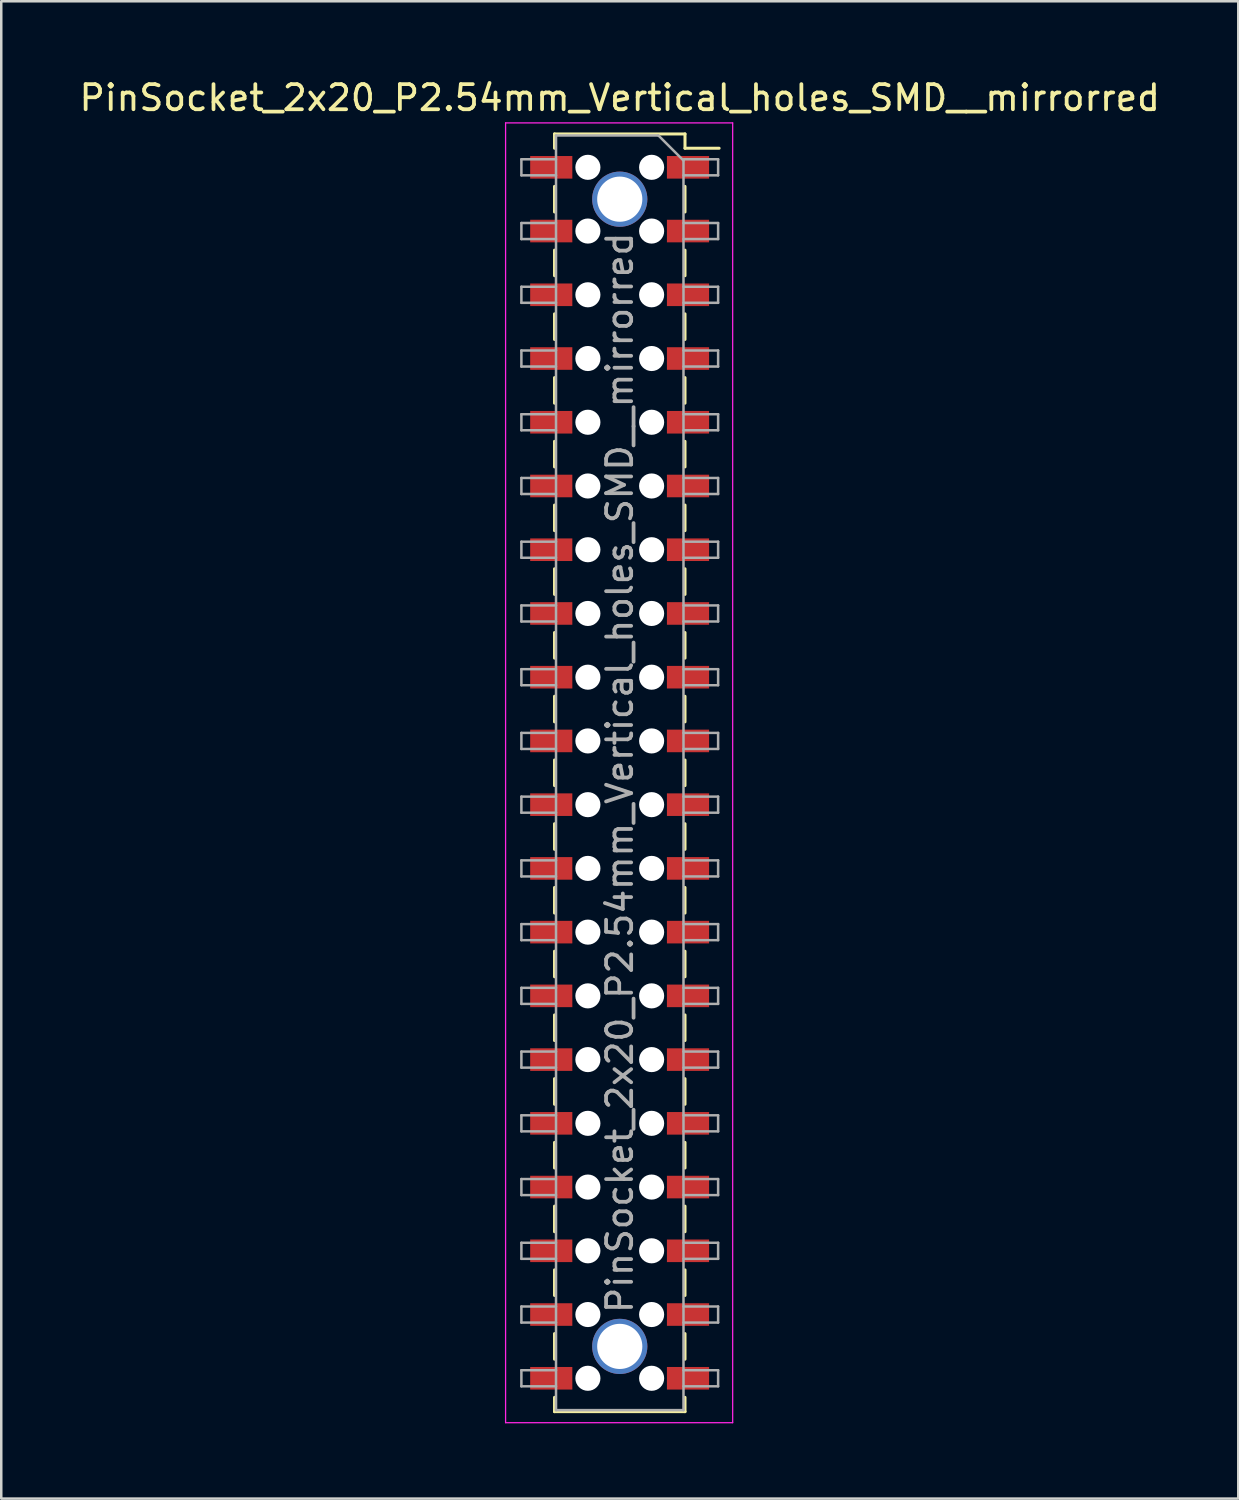
<source format=kicad_pcb>
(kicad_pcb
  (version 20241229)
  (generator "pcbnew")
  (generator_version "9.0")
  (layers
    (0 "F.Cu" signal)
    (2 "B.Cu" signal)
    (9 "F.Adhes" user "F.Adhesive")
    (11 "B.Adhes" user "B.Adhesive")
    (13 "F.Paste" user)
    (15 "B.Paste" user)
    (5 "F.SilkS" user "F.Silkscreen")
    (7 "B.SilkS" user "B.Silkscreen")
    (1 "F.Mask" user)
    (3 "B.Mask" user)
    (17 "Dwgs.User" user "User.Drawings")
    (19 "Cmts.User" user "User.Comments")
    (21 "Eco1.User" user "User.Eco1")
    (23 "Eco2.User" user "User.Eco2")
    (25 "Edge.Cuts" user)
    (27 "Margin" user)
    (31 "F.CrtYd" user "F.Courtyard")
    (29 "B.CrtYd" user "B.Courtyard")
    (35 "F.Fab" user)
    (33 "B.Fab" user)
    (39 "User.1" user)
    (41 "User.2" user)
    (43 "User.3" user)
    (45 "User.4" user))
  (footprint "PinSocket_2x20_P2.54mm_Vertical_holes_SMD__mirrorred"
    (layer "F.Cu")
    (at 21.649 27.748)
    (property "Reference" "PinSocket_2x20_P2.54mm_Vertical_holes_SMD__mirrorred" (at 0 -26.9 0) (layer "F.SilkS") (effects (font (size 1 1) (thickness 0.15))))
    (attr smd)
    (fp_line (start -2.6 -25.46) (end -2.6 -24.89) (stroke (width 0.12) (type solid)) (layer "F.SilkS"))
    (fp_line (start -2.6 -25.46) (end 2.6 -25.46) (stroke (width 0.12) (type solid)) (layer "F.SilkS"))
    (fp_line (start -2.6 -23.37) (end -2.6 -22.35) (stroke (width 0.12) (type solid)) (layer "F.SilkS"))
    (fp_line (start -2.6 -20.83) (end -2.6 -19.81) (stroke (width 0.12) (type solid)) (layer "F.SilkS"))
    (fp_line (start -2.6 -18.29) (end -2.6 -17.27) (stroke (width 0.12) (type solid)) (layer "F.SilkS"))
    (fp_line (start -2.6 -15.75) (end -2.6 -14.73) (stroke (width 0.12) (type solid)) (layer "F.SilkS"))
    (fp_line (start -2.6 -13.21) (end -2.6 -12.19) (stroke (width 0.12) (type solid)) (layer "F.SilkS"))
    (fp_line (start -2.6 -10.67) (end -2.6 -9.65) (stroke (width 0.12) (type solid)) (layer "F.SilkS"))
    (fp_line (start -2.6 -8.13) (end -2.6 -7.11) (stroke (width 0.12) (type solid)) (layer "F.SilkS"))
    (fp_line (start -2.6 -5.59) (end -2.6 -4.57) (stroke (width 0.12) (type solid)) (layer "F.SilkS"))
    (fp_line (start -2.6 -3.05) (end -2.6 -2.03) (stroke (width 0.12) (type solid)) (layer "F.SilkS"))
    (fp_line (start -2.6 -0.51) (end -2.6 0.51) (stroke (width 0.12) (type solid)) (layer "F.SilkS"))
    (fp_line (start -2.6 2.03) (end -2.6 3.05) (stroke (width 0.12) (type solid)) (layer "F.SilkS"))
    (fp_line (start -2.6 4.57) (end -2.6 5.59) (stroke (width 0.12) (type solid)) (layer "F.SilkS"))
    (fp_line (start -2.6 7.11) (end -2.6 8.13) (stroke (width 0.12) (type solid)) (layer "F.SilkS"))
    (fp_line (start -2.6 9.65) (end -2.6 10.67) (stroke (width 0.12) (type solid)) (layer "F.SilkS"))
    (fp_line (start -2.6 12.19) (end -2.6 13.21) (stroke (width 0.12) (type solid)) (layer "F.SilkS"))
    (fp_line (start -2.6 14.73) (end -2.6 15.75) (stroke (width 0.12) (type solid)) (layer "F.SilkS"))
    (fp_line (start -2.6 17.27) (end -2.6 18.29) (stroke (width 0.12) (type solid)) (layer "F.SilkS"))
    (fp_line (start -2.6 19.81) (end -2.6 20.83) (stroke (width 0.12) (type solid)) (layer "F.SilkS"))
    (fp_line (start -2.6 22.35) (end -2.6 23.37) (stroke (width 0.12) (type solid)) (layer "F.SilkS"))
    (fp_line (start -2.6 24.89) (end -2.6 25.46) (stroke (width 0.12) (type solid)) (layer "F.SilkS"))
    (fp_line (start -2.6 25.46) (end 2.6 25.46) (stroke (width 0.12) (type solid)) (layer "F.SilkS"))
    (fp_line (start 2.6 -25.46) (end 2.6 -24.89) (stroke (width 0.12) (type solid)) (layer "F.SilkS"))
    (fp_line (start 2.6 -24.89) (end 3.96 -24.89) (stroke (width 0.12) (type solid)) (layer "F.SilkS"))
    (fp_line (start 2.6 -23.37) (end 2.6 -22.35) (stroke (width 0.12) (type solid)) (layer "F.SilkS"))
    (fp_line (start 2.6 -20.83) (end 2.6 -19.81) (stroke (width 0.12) (type solid)) (layer "F.SilkS"))
    (fp_line (start 2.6 -18.29) (end 2.6 -17.27) (stroke (width 0.12) (type solid)) (layer "F.SilkS"))
    (fp_line (start 2.6 -15.75) (end 2.6 -14.73) (stroke (width 0.12) (type solid)) (layer "F.SilkS"))
    (fp_line (start 2.6 -13.21) (end 2.6 -12.19) (stroke (width 0.12) (type solid)) (layer "F.SilkS"))
    (fp_line (start 2.6 -10.67) (end 2.6 -9.65) (stroke (width 0.12) (type solid)) (layer "F.SilkS"))
    (fp_line (start 2.6 -8.13) (end 2.6 -7.11) (stroke (width 0.12) (type solid)) (layer "F.SilkS"))
    (fp_line (start 2.6 -5.59) (end 2.6 -4.57) (stroke (width 0.12) (type solid)) (layer "F.SilkS"))
    (fp_line (start 2.6 -3.05) (end 2.6 -2.03) (stroke (width 0.12) (type solid)) (layer "F.SilkS"))
    (fp_line (start 2.6 -0.51) (end 2.6 0.51) (stroke (width 0.12) (type solid)) (layer "F.SilkS"))
    (fp_line (start 2.6 2.03) (end 2.6 3.05) (stroke (width 0.12) (type solid)) (layer "F.SilkS"))
    (fp_line (start 2.6 4.57) (end 2.6 5.59) (stroke (width 0.12) (type solid)) (layer "F.SilkS"))
    (fp_line (start 2.6 7.11) (end 2.6 8.13) (stroke (width 0.12) (type solid)) (layer "F.SilkS"))
    (fp_line (start 2.6 9.65) (end 2.6 10.67) (stroke (width 0.12) (type solid)) (layer "F.SilkS"))
    (fp_line (start 2.6 12.19) (end 2.6 13.21) (stroke (width 0.12) (type solid)) (layer "F.SilkS"))
    (fp_line (start 2.6 14.73) (end 2.6 15.75) (stroke (width 0.12) (type solid)) (layer "F.SilkS"))
    (fp_line (start 2.6 17.27) (end 2.6 18.29) (stroke (width 0.12) (type solid)) (layer "F.SilkS"))
    (fp_line (start 2.6 19.81) (end 2.6 20.83) (stroke (width 0.12) (type solid)) (layer "F.SilkS"))
    (fp_line (start 2.6 22.35) (end 2.6 23.37) (stroke (width 0.12) (type solid)) (layer "F.SilkS"))
    (fp_line (start 2.6 24.89) (end 2.6 25.46) (stroke (width 0.12) (type solid)) (layer "F.SilkS"))
    (fp_line (start -4.55 -25.9) (end 4.5 -25.9) (stroke (width 0.05) (type solid)) (layer "F.CrtYd"))
    (fp_line (start -4.55 25.9) (end -4.55 -25.9) (stroke (width 0.05) (type solid)) (layer "F.CrtYd"))
    (fp_line (start 4.5 -25.9) (end 4.5 25.9) (stroke (width 0.05) (type solid)) (layer "F.CrtYd"))
    (fp_line (start 4.5 25.9) (end -4.55 25.9) (stroke (width 0.05) (type solid)) (layer "F.CrtYd"))
    (fp_line (start -3.92 -24.45) (end -2.54 -24.45) (stroke (width 0.1) (type solid)) (layer "F.Fab"))
    (fp_line (start -3.92 -23.81) (end -3.92 -24.45) (stroke (width 0.1) (type solid)) (layer "F.Fab"))
    (fp_line (start -3.92 -21.91) (end -2.54 -21.91) (stroke (width 0.1) (type solid)) (layer "F.Fab"))
    (fp_line (start -3.92 -21.27) (end -3.92 -21.91) (stroke (width 0.1) (type solid)) (layer "F.Fab"))
    (fp_line (start -3.92 -19.37) (end -2.54 -19.37) (stroke (width 0.1) (type solid)) (layer "F.Fab"))
    (fp_line (start -3.92 -18.73) (end -3.92 -19.37) (stroke (width 0.1) (type solid)) (layer "F.Fab"))
    (fp_line (start -3.92 -16.83) (end -2.54 -16.83) (stroke (width 0.1) (type solid)) (layer "F.Fab"))
    (fp_line (start -3.92 -16.19) (end -3.92 -16.83) (stroke (width 0.1) (type solid)) (layer "F.Fab"))
    (fp_line (start -3.92 -14.29) (end -2.54 -14.29) (stroke (width 0.1) (type solid)) (layer "F.Fab"))
    (fp_line (start -3.92 -13.65) (end -3.92 -14.29) (stroke (width 0.1) (type solid)) (layer "F.Fab"))
    (fp_line (start -3.92 -11.75) (end -2.54 -11.75) (stroke (width 0.1) (type solid)) (layer "F.Fab"))
    (fp_line (start -3.92 -11.11) (end -3.92 -11.75) (stroke (width 0.1) (type solid)) (layer "F.Fab"))
    (fp_line (start -3.92 -9.21) (end -2.54 -9.21) (stroke (width 0.1) (type solid)) (layer "F.Fab"))
    (fp_line (start -3.92 -8.57) (end -3.92 -9.21) (stroke (width 0.1) (type solid)) (layer "F.Fab"))
    (fp_line (start -3.92 -6.67) (end -2.54 -6.67) (stroke (width 0.1) (type solid)) (layer "F.Fab"))
    (fp_line (start -3.92 -6.03) (end -3.92 -6.67) (stroke (width 0.1) (type solid)) (layer "F.Fab"))
    (fp_line (start -3.92 -4.13) (end -2.54 -4.13) (stroke (width 0.1) (type solid)) (layer "F.Fab"))
    (fp_line (start -3.92 -3.49) (end -3.92 -4.13) (stroke (width 0.1) (type solid)) (layer "F.Fab"))
    (fp_line (start -3.92 -1.59) (end -2.54 -1.59) (stroke (width 0.1) (type solid)) (layer "F.Fab"))
    (fp_line (start -3.92 -0.95) (end -3.92 -1.59) (stroke (width 0.1) (type solid)) (layer "F.Fab"))
    (fp_line (start -3.92 0.95) (end -2.54 0.95) (stroke (width 0.1) (type solid)) (layer "F.Fab"))
    (fp_line (start -3.92 1.59) (end -3.92 0.95) (stroke (width 0.1) (type solid)) (layer "F.Fab"))
    (fp_line (start -3.92 3.49) (end -2.54 3.49) (stroke (width 0.1) (type solid)) (layer "F.Fab"))
    (fp_line (start -3.92 4.13) (end -3.92 3.49) (stroke (width 0.1) (type solid)) (layer "F.Fab"))
    (fp_line (start -3.92 6.03) (end -2.54 6.03) (stroke (width 0.1) (type solid)) (layer "F.Fab"))
    (fp_line (start -3.92 6.67) (end -3.92 6.03) (stroke (width 0.1) (type solid)) (layer "F.Fab"))
    (fp_line (start -3.92 8.57) (end -2.54 8.57) (stroke (width 0.1) (type solid)) (layer "F.Fab"))
    (fp_line (start -3.92 9.21) (end -3.92 8.57) (stroke (width 0.1) (type solid)) (layer "F.Fab"))
    (fp_line (start -3.92 11.11) (end -2.54 11.11) (stroke (width 0.1) (type solid)) (layer "F.Fab"))
    (fp_line (start -3.92 11.75) (end -3.92 11.11) (stroke (width 0.1) (type solid)) (layer "F.Fab"))
    (fp_line (start -3.92 13.65) (end -2.54 13.65) (stroke (width 0.1) (type solid)) (layer "F.Fab"))
    (fp_line (start -3.92 14.29) (end -3.92 13.65) (stroke (width 0.1) (type solid)) (layer "F.Fab"))
    (fp_line (start -3.92 16.19) (end -2.54 16.19) (stroke (width 0.1) (type solid)) (layer "F.Fab"))
    (fp_line (start -3.92 16.83) (end -3.92 16.19) (stroke (width 0.1) (type solid)) (layer "F.Fab"))
    (fp_line (start -3.92 18.73) (end -2.54 18.73) (stroke (width 0.1) (type solid)) (layer "F.Fab"))
    (fp_line (start -3.92 19.37) (end -3.92 18.73) (stroke (width 0.1) (type solid)) (layer "F.Fab"))
    (fp_line (start -3.92 21.27) (end -2.54 21.27) (stroke (width 0.1) (type solid)) (layer "F.Fab"))
    (fp_line (start -3.92 21.91) (end -3.92 21.27) (stroke (width 0.1) (type solid)) (layer "F.Fab"))
    (fp_line (start -3.92 23.81) (end -2.54 23.81) (stroke (width 0.1) (type solid)) (layer "F.Fab"))
    (fp_line (start -3.92 24.45) (end -3.92 23.81) (stroke (width 0.1) (type solid)) (layer "F.Fab"))
    (fp_line (start -2.54 -25.4) (end 1.54 -25.4) (stroke (width 0.1) (type solid)) (layer "F.Fab"))
    (fp_line (start -2.54 -23.81) (end -3.92 -23.81) (stroke (width 0.1) (type solid)) (layer "F.Fab"))
    (fp_line (start -2.54 -21.27) (end -3.92 -21.27) (stroke (width 0.1) (type solid)) (layer "F.Fab"))
    (fp_line (start -2.54 -18.73) (end -3.92 -18.73) (stroke (width 0.1) (type solid)) (layer "F.Fab"))
    (fp_line (start -2.54 -16.19) (end -3.92 -16.19) (stroke (width 0.1) (type solid)) (layer "F.Fab"))
    (fp_line (start -2.54 -13.65) (end -3.92 -13.65) (stroke (width 0.1) (type solid)) (layer "F.Fab"))
    (fp_line (start -2.54 -11.11) (end -3.92 -11.11) (stroke (width 0.1) (type solid)) (layer "F.Fab"))
    (fp_line (start -2.54 -8.57) (end -3.92 -8.57) (stroke (width 0.1) (type solid)) (layer "F.Fab"))
    (fp_line (start -2.54 -6.03) (end -3.92 -6.03) (stroke (width 0.1) (type solid)) (layer "F.Fab"))
    (fp_line (start -2.54 -3.49) (end -3.92 -3.49) (stroke (width 0.1) (type solid)) (layer "F.Fab"))
    (fp_line (start -2.54 -0.95) (end -3.92 -0.95) (stroke (width 0.1) (type solid)) (layer "F.Fab"))
    (fp_line (start -2.54 1.59) (end -3.92 1.59) (stroke (width 0.1) (type solid)) (layer "F.Fab"))
    (fp_line (start -2.54 4.13) (end -3.92 4.13) (stroke (width 0.1) (type solid)) (layer "F.Fab"))
    (fp_line (start -2.54 6.67) (end -3.92 6.67) (stroke (width 0.1) (type solid)) (layer "F.Fab"))
    (fp_line (start -2.54 9.21) (end -3.92 9.21) (stroke (width 0.1) (type solid)) (layer "F.Fab"))
    (fp_line (start -2.54 11.75) (end -3.92 11.75) (stroke (width 0.1) (type solid)) (layer "F.Fab"))
    (fp_line (start -2.54 14.29) (end -3.92 14.29) (stroke (width 0.1) (type solid)) (layer "F.Fab"))
    (fp_line (start -2.54 16.83) (end -3.92 16.83) (stroke (width 0.1) (type solid)) (layer "F.Fab"))
    (fp_line (start -2.54 19.37) (end -3.92 19.37) (stroke (width 0.1) (type solid)) (layer "F.Fab"))
    (fp_line (start -2.54 21.91) (end -3.92 21.91) (stroke (width 0.1) (type solid)) (layer "F.Fab"))
    (fp_line (start -2.54 24.45) (end -3.92 24.45) (stroke (width 0.1) (type solid)) (layer "F.Fab"))
    (fp_line (start -2.54 25.4) (end -2.54 -25.4) (stroke (width 0.1) (type solid)) (layer "F.Fab"))
    (fp_line (start 1.54 -25.4) (end 2.54 -24.4) (stroke (width 0.1) (type solid)) (layer "F.Fab"))
    (fp_line (start 2.54 -24.45) (end 3.92 -24.45) (stroke (width 0.1) (type solid)) (layer "F.Fab"))
    (fp_line (start 2.54 -24.4) (end 2.54 25.4) (stroke (width 0.1) (type solid)) (layer "F.Fab"))
    (fp_line (start 2.54 -21.91) (end 3.92 -21.91) (stroke (width 0.1) (type solid)) (layer "F.Fab"))
    (fp_line (start 2.54 -19.37) (end 3.92 -19.37) (stroke (width 0.1) (type solid)) (layer "F.Fab"))
    (fp_line (start 2.54 -16.83) (end 3.92 -16.83) (stroke (width 0.1) (type solid)) (layer "F.Fab"))
    (fp_line (start 2.54 -14.29) (end 3.92 -14.29) (stroke (width 0.1) (type solid)) (layer "F.Fab"))
    (fp_line (start 2.54 -11.75) (end 3.92 -11.75) (stroke (width 0.1) (type solid)) (layer "F.Fab"))
    (fp_line (start 2.54 -9.21) (end 3.92 -9.21) (stroke (width 0.1) (type solid)) (layer "F.Fab"))
    (fp_line (start 2.54 -6.67) (end 3.92 -6.67) (stroke (width 0.1) (type solid)) (layer "F.Fab"))
    (fp_line (start 2.54 -4.13) (end 3.92 -4.13) (stroke (width 0.1) (type solid)) (layer "F.Fab"))
    (fp_line (start 2.54 -1.59) (end 3.92 -1.59) (stroke (width 0.1) (type solid)) (layer "F.Fab"))
    (fp_line (start 2.54 0.95) (end 3.92 0.95) (stroke (width 0.1) (type solid)) (layer "F.Fab"))
    (fp_line (start 2.54 3.49) (end 3.92 3.49) (stroke (width 0.1) (type solid)) (layer "F.Fab"))
    (fp_line (start 2.54 6.03) (end 3.92 6.03) (stroke (width 0.1) (type solid)) (layer "F.Fab"))
    (fp_line (start 2.54 8.57) (end 3.92 8.57) (stroke (width 0.1) (type solid)) (layer "F.Fab"))
    (fp_line (start 2.54 11.11) (end 3.92 11.11) (stroke (width 0.1) (type solid)) (layer "F.Fab"))
    (fp_line (start 2.54 13.65) (end 3.92 13.65) (stroke (width 0.1) (type solid)) (layer "F.Fab"))
    (fp_line (start 2.54 16.19) (end 3.92 16.19) (stroke (width 0.1) (type solid)) (layer "F.Fab"))
    (fp_line (start 2.54 18.73) (end 3.92 18.73) (stroke (width 0.1) (type solid)) (layer "F.Fab"))
    (fp_line (start 2.54 21.27) (end 3.92 21.27) (stroke (width 0.1) (type solid)) (layer "F.Fab"))
    (fp_line (start 2.54 23.81) (end 3.92 23.81) (stroke (width 0.1) (type solid)) (layer "F.Fab"))
    (fp_line (start 2.54 25.4) (end -2.54 25.4) (stroke (width 0.1) (type solid)) (layer "F.Fab"))
    (fp_line (start 3.92 -24.45) (end 3.92 -23.81) (stroke (width 0.1) (type solid)) (layer "F.Fab"))
    (fp_line (start 3.92 -23.81) (end 2.54 -23.81) (stroke (width 0.1) (type solid)) (layer "F.Fab"))
    (fp_line (start 3.92 -21.91) (end 3.92 -21.27) (stroke (width 0.1) (type solid)) (layer "F.Fab"))
    (fp_line (start 3.92 -21.27) (end 2.54 -21.27) (stroke (width 0.1) (type solid)) (layer "F.Fab"))
    (fp_line (start 3.92 -19.37) (end 3.92 -18.73) (stroke (width 0.1) (type solid)) (layer "F.Fab"))
    (fp_line (start 3.92 -18.73) (end 2.54 -18.73) (stroke (width 0.1) (type solid)) (layer "F.Fab"))
    (fp_line (start 3.92 -16.83) (end 3.92 -16.19) (stroke (width 0.1) (type solid)) (layer "F.Fab"))
    (fp_line (start 3.92 -16.19) (end 2.54 -16.19) (stroke (width 0.1) (type solid)) (layer "F.Fab"))
    (fp_line (start 3.92 -14.29) (end 3.92 -13.65) (stroke (width 0.1) (type solid)) (layer "F.Fab"))
    (fp_line (start 3.92 -13.65) (end 2.54 -13.65) (stroke (width 0.1) (type solid)) (layer "F.Fab"))
    (fp_line (start 3.92 -11.75) (end 3.92 -11.11) (stroke (width 0.1) (type solid)) (layer "F.Fab"))
    (fp_line (start 3.92 -11.11) (end 2.54 -11.11) (stroke (width 0.1) (type solid)) (layer "F.Fab"))
    (fp_line (start 3.92 -9.21) (end 3.92 -8.57) (stroke (width 0.1) (type solid)) (layer "F.Fab"))
    (fp_line (start 3.92 -8.57) (end 2.54 -8.57) (stroke (width 0.1) (type solid)) (layer "F.Fab"))
    (fp_line (start 3.92 -6.67) (end 3.92 -6.03) (stroke (width 0.1) (type solid)) (layer "F.Fab"))
    (fp_line (start 3.92 -6.03) (end 2.54 -6.03) (stroke (width 0.1) (type solid)) (layer "F.Fab"))
    (fp_line (start 3.92 -4.13) (end 3.92 -3.49) (stroke (width 0.1) (type solid)) (layer "F.Fab"))
    (fp_line (start 3.92 -3.49) (end 2.54 -3.49) (stroke (width 0.1) (type solid)) (layer "F.Fab"))
    (fp_line (start 3.92 -1.59) (end 3.92 -0.95) (stroke (width 0.1) (type solid)) (layer "F.Fab"))
    (fp_line (start 3.92 -0.95) (end 2.54 -0.95) (stroke (width 0.1) (type solid)) (layer "F.Fab"))
    (fp_line (start 3.92 0.95) (end 3.92 1.59) (stroke (width 0.1) (type solid)) (layer "F.Fab"))
    (fp_line (start 3.92 1.59) (end 2.54 1.59) (stroke (width 0.1) (type solid)) (layer "F.Fab"))
    (fp_line (start 3.92 3.49) (end 3.92 4.13) (stroke (width 0.1) (type solid)) (layer "F.Fab"))
    (fp_line (start 3.92 4.13) (end 2.54 4.13) (stroke (width 0.1) (type solid)) (layer "F.Fab"))
    (fp_line (start 3.92 6.03) (end 3.92 6.67) (stroke (width 0.1) (type solid)) (layer "F.Fab"))
    (fp_line (start 3.92 6.67) (end 2.54 6.67) (stroke (width 0.1) (type solid)) (layer "F.Fab"))
    (fp_line (start 3.92 8.57) (end 3.92 9.21) (stroke (width 0.1) (type solid)) (layer "F.Fab"))
    (fp_line (start 3.92 9.21) (end 2.54 9.21) (stroke (width 0.1) (type solid)) (layer "F.Fab"))
    (fp_line (start 3.92 11.11) (end 3.92 11.75) (stroke (width 0.1) (type solid)) (layer "F.Fab"))
    (fp_line (start 3.92 11.75) (end 2.54 11.75) (stroke (width 0.1) (type solid)) (layer "F.Fab"))
    (fp_line (start 3.92 13.65) (end 3.92 14.29) (stroke (width 0.1) (type solid)) (layer "F.Fab"))
    (fp_line (start 3.92 14.29) (end 2.54 14.29) (stroke (width 0.1) (type solid)) (layer "F.Fab"))
    (fp_line (start 3.92 16.19) (end 3.92 16.83) (stroke (width 0.1) (type solid)) (layer "F.Fab"))
    (fp_line (start 3.92 16.83) (end 2.54 16.83) (stroke (width 0.1) (type solid)) (layer "F.Fab"))
    (fp_line (start 3.92 18.73) (end 3.92 19.37) (stroke (width 0.1) (type solid)) (layer "F.Fab"))
    (fp_line (start 3.92 19.37) (end 2.54 19.37) (stroke (width 0.1) (type solid)) (layer "F.Fab"))
    (fp_line (start 3.92 21.27) (end 3.92 21.91) (stroke (width 0.1) (type solid)) (layer "F.Fab"))
    (fp_line (start 3.92 21.91) (end 2.54 21.91) (stroke (width 0.1) (type solid)) (layer "F.Fab"))
    (fp_line (start 3.92 23.81) (end 3.92 24.45) (stroke (width 0.1) (type solid)) (layer "F.Fab"))
    (fp_line (start 3.92 24.45) (end 2.54 24.45) (stroke (width 0.1) (type solid)) (layer "F.Fab"))
    (fp_text user "${REFERENCE}" (at 0 0 90) (layer "F.Fab") (effects (font (size 1 1) (thickness 0.15))))
    (pad "" np_thru_hole circle (at -1.27 -24.13 180) (size 1 1) (drill 1) (layers "*.Cu" "*.Mask"))
    (pad "" np_thru_hole circle (at -1.27 -21.59 180) (size 1 1) (drill 1) (layers "*.Cu" "*.Mask"))
    (pad "" np_thru_hole circle (at -1.27 -19.05 180) (size 1 1) (drill 1) (layers "*.Cu" "*.Mask"))
    (pad "" np_thru_hole circle (at -1.27 -16.51 180) (size 1 1) (drill 1) (layers "*.Cu" "*.Mask"))
    (pad "" np_thru_hole circle (at -1.27 -13.97 180) (size 1 1) (drill 1) (layers "*.Cu" "*.Mask"))
    (pad "" np_thru_hole circle (at -1.27 -11.43 180) (size 1 1) (drill 1) (layers "*.Cu" "*.Mask"))
    (pad "" np_thru_hole circle (at -1.27 -8.89 180) (size 1 1) (drill 1) (layers "*.Cu" "*.Mask"))
    (pad "" np_thru_hole circle (at -1.27 -6.35 180) (size 1 1) (drill 1) (layers "*.Cu" "*.Mask"))
    (pad "" np_thru_hole circle (at -1.27 -3.81 180) (size 1 1) (drill 1) (layers "*.Cu" "*.Mask"))
    (pad "" np_thru_hole circle (at -1.27 -1.27 180) (size 1 1) (drill 1) (layers "*.Cu" "*.Mask"))
    (pad "" np_thru_hole circle (at -1.27 1.27 180) (size 1 1) (drill 1) (layers "*.Cu" "*.Mask"))
    (pad "" np_thru_hole circle (at -1.27 3.81 180) (size 1 1) (drill 1) (layers "*.Cu" "*.Mask"))
    (pad "" np_thru_hole circle (at -1.27 6.35 180) (size 1 1) (drill 1) (layers "*.Cu" "*.Mask"))
    (pad "" np_thru_hole circle (at -1.27 8.89 180) (size 1 1) (drill 1) (layers "*.Cu" "*.Mask"))
    (pad "" np_thru_hole circle (at -1.27 11.43 180) (size 1 1) (drill 1) (layers "*.Cu" "*.Mask"))
    (pad "" np_thru_hole circle (at -1.27 13.97 180) (size 1 1) (drill 1) (layers "*.Cu" "*.Mask"))
    (pad "" np_thru_hole circle (at -1.27 16.51 180) (size 1 1) (drill 1) (layers "*.Cu" "*.Mask"))
    (pad "" np_thru_hole circle (at -1.27 19.05 180) (size 1 1) (drill 1) (layers "*.Cu" "*.Mask"))
    (pad "" np_thru_hole circle (at -1.27 21.59 180) (size 1 1) (drill 1) (layers "*.Cu" "*.Mask"))
    (pad "" np_thru_hole circle (at -1.27 24.13 180) (size 1 1) (drill 1) (layers "*.Cu" "*.Mask"))
    (pad "" np_thru_hole circle (at 1.27 -24.13) (size 1 1) (drill 1) (layers "*.Cu" "*.Mask"))
    (pad "" np_thru_hole circle (at 1.27 -21.59) (size 1 1) (drill 1) (layers "*.Cu" "*.Mask"))
    (pad "" np_thru_hole circle (at 1.27 -19.05) (size 1 1) (drill 1) (layers "*.Cu" "*.Mask"))
    (pad "" np_thru_hole circle (at 1.27 -16.51) (size 1 1) (drill 1) (layers "*.Cu" "*.Mask"))
    (pad "" np_thru_hole circle (at 1.27 -13.97) (size 1 1) (drill 1) (layers "*.Cu" "*.Mask"))
    (pad "" np_thru_hole circle (at 1.27 -11.43) (size 1 1) (drill 1) (layers "*.Cu" "*.Mask"))
    (pad "" np_thru_hole circle (at 1.27 -8.89) (size 1 1) (drill 1) (layers "*.Cu" "*.Mask"))
    (pad "" np_thru_hole circle (at 1.27 -6.35) (size 1 1) (drill 1) (layers "*.Cu" "*.Mask"))
    (pad "" np_thru_hole circle (at 1.27 -3.81) (size 1 1) (drill 1) (layers "*.Cu" "*.Mask"))
    (pad "" np_thru_hole circle (at 1.27 -1.27) (size 1 1) (drill 1) (layers "*.Cu" "*.Mask"))
    (pad "" np_thru_hole circle (at 1.27 1.27) (size 1 1) (drill 1) (layers "*.Cu" "*.Mask"))
    (pad "" np_thru_hole circle (at 1.27 3.81) (size 1 1) (drill 1) (layers "*.Cu" "*.Mask"))
    (pad "" np_thru_hole circle (at 1.27 6.35) (size 1 1) (drill 1) (layers "*.Cu" "*.Mask"))
    (pad "" np_thru_hole circle (at 1.27 8.89) (size 1 1) (drill 1) (layers "*.Cu" "*.Mask"))
    (pad "" np_thru_hole circle (at 1.27 11.43) (size 1 1) (drill 1) (layers "*.Cu" "*.Mask"))
    (pad "" np_thru_hole circle (at 1.27 13.97) (size 1 1) (drill 1) (layers "*.Cu" "*.Mask"))
    (pad "" np_thru_hole circle (at 1.27 16.51) (size 1 1) (drill 1) (layers "*.Cu" "*.Mask"))
    (pad "" np_thru_hole circle (at 1.27 19.05) (size 1 1) (drill 1) (layers "*.Cu" "*.Mask"))
    (pad "" np_thru_hole circle (at 1.27 21.59) (size 1 1) (drill 1) (layers "*.Cu" "*.Mask"))
    (pad "" np_thru_hole circle (at 1.27 24.13) (size 1 1) (drill 1) (layers "*.Cu" "*.Mask"))
    (pad "1" smd rect (at 2.72 -24.13 180) (size 1.68 0.9) (layers "F.Cu" "F.Mask" "F.Paste"))
    (pad "2" smd rect (at -2.73 -24.13 180) (size 1.68 0.9) (layers "F.Cu" "F.Mask" "F.Paste"))
    (pad "3" smd rect (at 2.72 -21.59 180) (size 1.68 0.9) (layers "F.Cu" "F.Mask" "F.Paste"))
    (pad "4" smd rect (at -2.73 -21.59 180) (size 1.68 0.9) (layers "F.Cu" "F.Mask" "F.Paste"))
    (pad "5" smd rect (at 2.72 -19.05 180) (size 1.68 0.9) (layers "F.Cu" "F.Mask" "F.Paste"))
    (pad "6" smd rect (at -2.73 -19.05 180) (size 1.68 0.9) (layers "F.Cu" "F.Mask" "F.Paste"))
    (pad "7" smd rect (at 2.72 -16.51 180) (size 1.68 0.9) (layers "F.Cu" "F.Mask" "F.Paste"))
    (pad "8" smd rect (at -2.73 -16.51 180) (size 1.68 0.9) (layers "F.Cu" "F.Mask" "F.Paste"))
    (pad "9" smd rect (at 2.72 -13.97 180) (size 1.68 0.9) (layers "F.Cu" "F.Mask" "F.Paste"))
    (pad "10" smd rect (at -2.73 -13.97 180) (size 1.68 0.9) (layers "F.Cu" "F.Mask" "F.Paste"))
    (pad "11" smd rect (at 2.72 -11.43 180) (size 1.68 0.9) (layers "F.Cu" "F.Mask" "F.Paste"))
    (pad "12" smd rect (at -2.73 -11.43 180) (size 1.68 0.9) (layers "F.Cu" "F.Mask" "F.Paste"))
    (pad "13" smd rect (at 2.72 -8.89 180) (size 1.68 0.9) (layers "F.Cu" "F.Mask" "F.Paste"))
    (pad "14" smd rect (at -2.73 -8.89 180) (size 1.68 0.9) (layers "F.Cu" "F.Mask" "F.Paste"))
    (pad "15" smd rect (at 2.72 -6.35 180) (size 1.68 0.9) (layers "F.Cu" "F.Mask" "F.Paste"))
    (pad "16" smd rect (at -2.73 -6.35 180) (size 1.68 0.9) (layers "F.Cu" "F.Mask" "F.Paste"))
    (pad "17" smd rect (at 2.72 -3.81 180) (size 1.68 0.9) (layers "F.Cu" "F.Mask" "F.Paste"))
    (pad "18" smd rect (at -2.73 -3.81 180) (size 1.68 0.9) (layers "F.Cu" "F.Mask" "F.Paste"))
    (pad "19" smd rect (at 2.72 -1.27 180) (size 1.68 0.9) (layers "F.Cu" "F.Mask" "F.Paste"))
    (pad "20" smd rect (at -2.73 -1.27 180) (size 1.68 0.9) (layers "F.Cu" "F.Mask" "F.Paste"))
    (pad "21" smd rect (at 2.72 1.27 180) (size 1.68 0.9) (layers "F.Cu" "F.Mask" "F.Paste"))
    (pad "22" smd rect (at -2.73 1.27 180) (size 1.68 0.9) (layers "F.Cu" "F.Mask" "F.Paste"))
    (pad "23" smd rect (at 2.72 3.81 180) (size 1.68 0.9) (layers "F.Cu" "F.Mask" "F.Paste"))
    (pad "24" smd rect (at -2.73 3.81 180) (size 1.68 0.9) (layers "F.Cu" "F.Mask" "F.Paste"))
    (pad "25" smd rect (at 2.72 6.35 180) (size 1.68 0.9) (layers "F.Cu" "F.Mask" "F.Paste"))
    (pad "26" smd rect (at -2.73 6.35 180) (size 1.68 0.9) (layers "F.Cu" "F.Mask" "F.Paste"))
    (pad "27" smd rect (at 2.72 8.89 180) (size 1.68 0.9) (layers "F.Cu" "F.Mask" "F.Paste"))
    (pad "28" smd rect (at -2.73 8.89 180) (size 1.68 0.9) (layers "F.Cu" "F.Mask" "F.Paste"))
    (pad "29" smd rect (at 2.72 11.43 180) (size 1.68 0.9) (layers "F.Cu" "F.Mask" "F.Paste"))
    (pad "30" smd rect (at -2.73 11.43 180) (size 1.68 0.9) (layers "F.Cu" "F.Mask" "F.Paste"))
    (pad "31" smd rect (at -2.73 13.97) (size 1.68 0.9) (layers "F.Cu" "F.Mask" "F.Paste"))
    (pad "32" smd rect (at 2.72 13.97) (size 1.68 0.9) (layers "F.Cu" "F.Mask" "F.Paste"))
    (pad "33" smd rect (at 2.72 16.51 180) (size 1.68 0.9) (layers "F.Cu" "F.Mask" "F.Paste"))
    (pad "34" smd rect (at -2.73 16.51 180) (size 1.68 0.9) (layers "F.Cu" "F.Mask" "F.Paste"))
    (pad "35" smd rect (at 2.72 19.05 180) (size 1.68 0.9) (layers "F.Cu" "F.Mask" "F.Paste"))
    (pad "36" smd rect (at -2.73 19.05 180) (size 1.68 0.9) (layers "F.Cu" "F.Mask" "F.Paste"))
    (pad "37" smd rect (at 2.72 21.59 180) (size 1.68 0.9) (layers "F.Cu" "F.Mask" "F.Paste"))
    (pad "38" smd rect (at -2.73 21.59 180) (size 1.68 0.9) (layers "F.Cu" "F.Mask" "F.Paste"))
    (pad "39" smd rect (at 2.72 24.13 180) (size 1.68 0.9) (layers "F.Cu" "F.Mask" "F.Paste"))
    (pad "40" smd rect (at -2.73 24.13 180) (size 1.68 0.9) (layers "F.Cu" "F.Mask" "F.Paste"))
    (pad "MH" thru_hole circle (at 0 -22.86) (size 2.2 2.2) (drill 1.8) (layers "*.Cu" "*.Mask"))
    (pad "MH" thru_hole circle (at 0 22.86) (size 2.2 2.2) (drill 1.8) (layers "*.Cu" "*.Mask")))
  (gr_rect
    (start -3 -3)
    (end 46.298 56.673)
    (stroke (width 0.1) (type default))
    (fill no)
    (layer "Edge.Cuts")))
</source>
